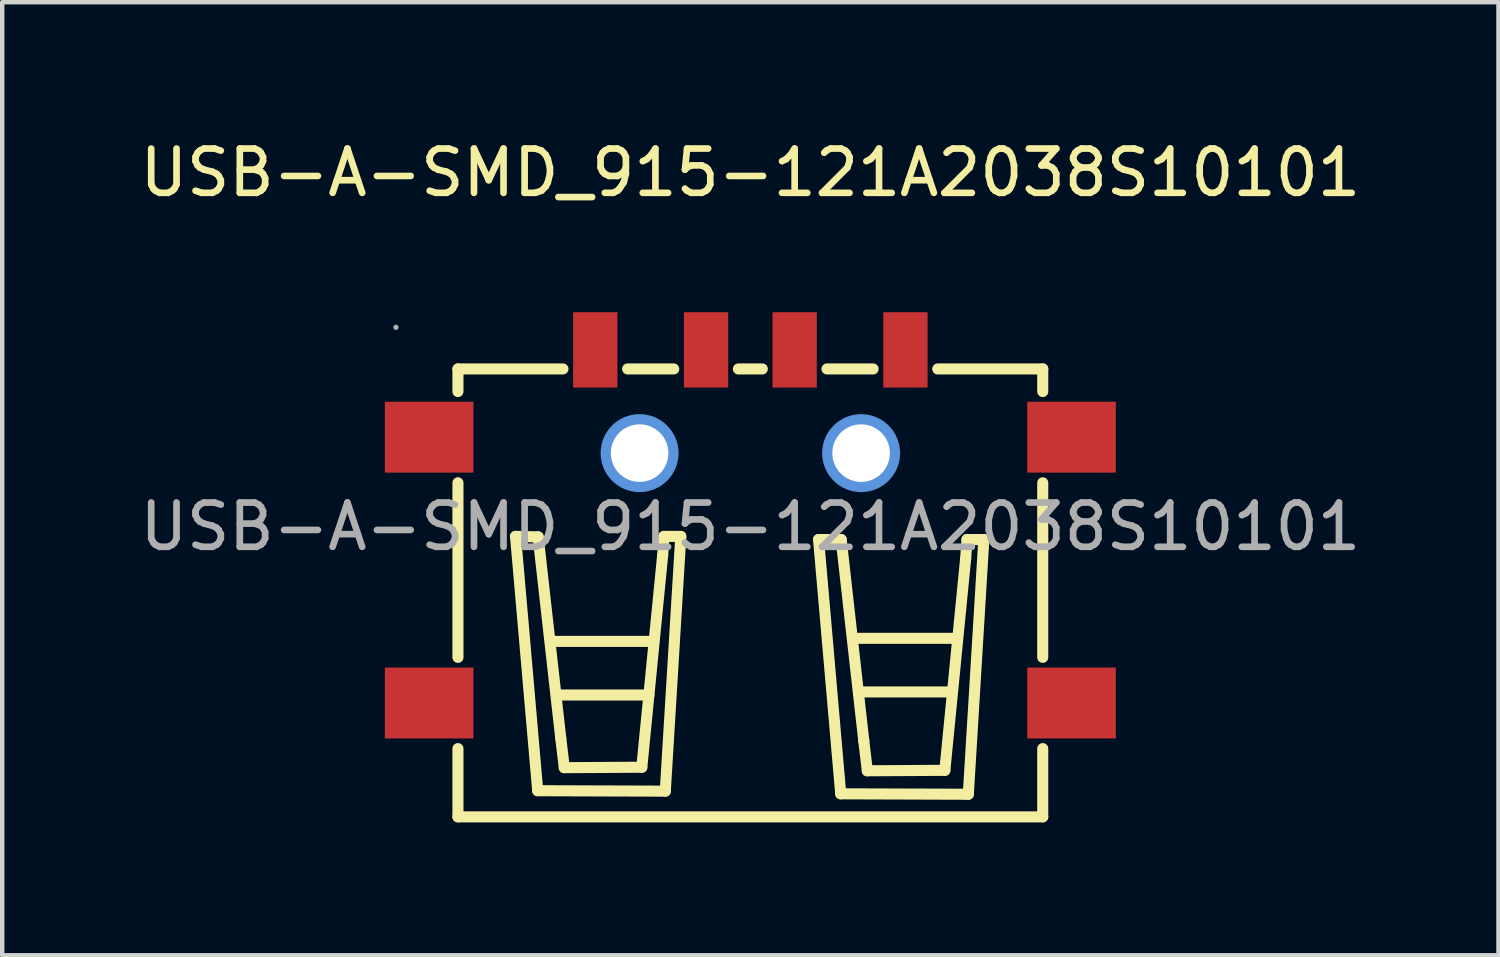
<source format=kicad_pcb>
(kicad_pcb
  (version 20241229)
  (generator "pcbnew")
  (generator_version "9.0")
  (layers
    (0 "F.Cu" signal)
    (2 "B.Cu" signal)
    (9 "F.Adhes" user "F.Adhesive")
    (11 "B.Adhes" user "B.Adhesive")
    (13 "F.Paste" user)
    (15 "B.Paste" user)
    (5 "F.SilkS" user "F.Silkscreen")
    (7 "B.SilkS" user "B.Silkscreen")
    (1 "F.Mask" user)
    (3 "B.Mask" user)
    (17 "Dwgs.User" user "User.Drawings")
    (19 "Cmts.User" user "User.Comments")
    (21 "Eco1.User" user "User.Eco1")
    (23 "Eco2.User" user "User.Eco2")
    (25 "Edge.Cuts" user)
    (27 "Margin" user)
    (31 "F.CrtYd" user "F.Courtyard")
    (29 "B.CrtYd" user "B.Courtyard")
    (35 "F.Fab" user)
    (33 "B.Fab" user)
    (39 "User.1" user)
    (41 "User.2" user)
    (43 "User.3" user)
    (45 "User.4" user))
  (footprint "USB-A-SMD_915-121A2038S10101"
    (layer "F.Cu")
    (at 13.887 8.838)
    (property "Reference" "USB-A-SMD_915-121A2038S10101" (at 0 -7.99 0) (layer "F.SilkS") (effects (font (size 1 1) (thickness 0.15))))
    (attr through_hole)
    (fp_line (start -6.6 -3.56) (end -6.6 -3.05) (stroke (width 0.25) (type solid)) (layer "F.SilkS"))
    (fp_line (start -6.6 -0.99) (end -6.6 2.95) (stroke (width 0.25) (type solid)) (layer "F.SilkS"))
    (fp_line (start -6.6 5.01) (end -6.6 6.55) (stroke (width 0.25) (type solid)) (layer "F.SilkS"))
    (fp_line (start -6.6 6.55) (end 6.6 6.55) (stroke (width 0.25) (type solid)) (layer "F.SilkS"))
    (fp_line (start -5.3 0.22) (end -4.79 0.23) (stroke (width 0.25) (type solid)) (layer "F.SilkS"))
    (fp_line (start -4.8 5.96) (end -5.3 0.22) (stroke (width 0.25) (type solid)) (layer "F.SilkS"))
    (fp_line (start -4.79 0.23) (end -4.28 4.77) (stroke (width 0.25) (type solid)) (layer "F.SilkS"))
    (fp_line (start -4.46 2.59) (end -2.2 2.59) (stroke (width 0.25) (type solid)) (layer "F.SilkS"))
    (fp_line (start -4.32 3.8) (end -2.29 3.8) (stroke (width 0.25) (type solid)) (layer "F.SilkS"))
    (fp_line (start -4.28 4.77) (end -4.2 5.44) (stroke (width 0.25) (type solid)) (layer "F.SilkS"))
    (fp_line (start -4.23 -3.56) (end -6.6 -3.56) (stroke (width 0.25) (type solid)) (layer "F.SilkS"))
    (fp_line (start -4.2 5.44) (end -2.45 5.43) (stroke (width 0.25) (type solid)) (layer "F.SilkS"))
    (fp_line (start -2.45 5.43) (end -1.98 0.65) (stroke (width 0.25) (type solid)) (layer "F.SilkS"))
    (fp_line (start -1.98 0.65) (end -1.95 0.22) (stroke (width 0.25) (type solid)) (layer "F.SilkS"))
    (fp_line (start -1.95 0.22) (end -1.57 0.22) (stroke (width 0.25) (type solid)) (layer "F.SilkS"))
    (fp_line (start -1.92 5.97) (end -4.8 5.96) (stroke (width 0.25) (type solid)) (layer "F.SilkS"))
    (fp_line (start -1.73 -3.56) (end -2.77 -3.56) (stroke (width 0.25) (type solid)) (layer "F.SilkS"))
    (fp_line (start -1.57 0.22) (end -1.92 5.97) (stroke (width 0.25) (type solid)) (layer "F.SilkS"))
    (fp_line (start 0.27 -3.56) (end -0.27 -3.56) (stroke (width 0.25) (type solid)) (layer "F.SilkS"))
    (fp_line (start 1.54 0.29) (end 2.05 0.29) (stroke (width 0.25) (type solid)) (layer "F.SilkS"))
    (fp_line (start 2.04 6.03) (end 1.54 0.29) (stroke (width 0.25) (type solid)) (layer "F.SilkS"))
    (fp_line (start 2.05 0.29) (end 2.56 4.83) (stroke (width 0.25) (type solid)) (layer "F.SilkS"))
    (fp_line (start 2.39 2.52) (end 4.65 2.52) (stroke (width 0.25) (type solid)) (layer "F.SilkS"))
    (fp_line (start 2.53 3.73) (end 4.56 3.73) (stroke (width 0.25) (type solid)) (layer "F.SilkS"))
    (fp_line (start 2.56 4.83) (end 2.64 5.51) (stroke (width 0.25) (type solid)) (layer "F.SilkS"))
    (fp_line (start 2.64 5.51) (end 4.39 5.5) (stroke (width 0.25) (type solid)) (layer "F.SilkS"))
    (fp_line (start 2.77 -3.56) (end 1.73 -3.56) (stroke (width 0.25) (type solid)) (layer "F.SilkS"))
    (fp_line (start 4.39 5.5) (end 4.86 0.72) (stroke (width 0.25) (type solid)) (layer "F.SilkS"))
    (fp_line (start 4.86 0.72) (end 4.89 0.29) (stroke (width 0.25) (type solid)) (layer "F.SilkS"))
    (fp_line (start 4.89 0.29) (end 5.27 0.29) (stroke (width 0.25) (type solid)) (layer "F.SilkS"))
    (fp_line (start 4.92 6.04) (end 2.04 6.03) (stroke (width 0.25) (type solid)) (layer "F.SilkS"))
    (fp_line (start 5.27 0.29) (end 4.92 6.04) (stroke (width 0.25) (type solid)) (layer "F.SilkS"))
    (fp_line (start 6.6 -3.56) (end 4.23 -3.56) (stroke (width 0.25) (type solid)) (layer "F.SilkS"))
    (fp_line (start 6.6 -3.56) (end 6.6 -3.05) (stroke (width 0.25) (type solid)) (layer "F.SilkS"))
    (fp_line (start 6.6 -0.99) (end 6.6 2.95) (stroke (width 0.25) (type solid)) (layer "F.SilkS"))
    (fp_line (start 6.6 5.01) (end 6.6 6.55) (stroke (width 0.25) (type solid)) (layer "F.SilkS"))
    (fp_circle (center -2.5 -1.66) (end -2.21 -1.66) (stroke (width 0.59) (type solid)) (fill no) (layer "Cmts.User"))
    (fp_circle (center 2.5 -1.66) (end 2.79 -1.66) (stroke (width 0.59) (type solid)) (fill no) (layer "Cmts.User"))
    (fp_circle (center -8 -4.5) (end -7.97 -4.5) (stroke (width 0.06) (type solid)) (fill no) (layer "F.Fab"))
    (fp_text user "${REFERENCE}" (at 0 0 0) (layer "F.Fab") (effects (font (size 1 1) (thickness 0.15))))
    (pad "" thru_hole circle (at -2.5 -1.66) (size 1.3 1.3) (drill 1.3) (layers "*.Cu" "*.Mask"))
    (pad "" thru_hole circle (at 2.5 -1.66) (size 1.3 1.3) (drill 1.3) (layers "*.Cu" "*.Mask"))
    (pad "1" smd rect (at -3.5 -3.99) (size 1 1.7) (layers "F.Cu" "F.Mask" "F.Paste"))
    (pad "2" smd rect (at -1 -3.99) (size 1 1.7) (layers "F.Cu" "F.Mask" "F.Paste"))
    (pad "3" smd rect (at 1 -3.99) (size 1 1.7) (layers "F.Cu" "F.Mask" "F.Paste"))
    (pad "4" smd rect (at 3.5 -3.99) (size 1 1.7) (layers "F.Cu" "F.Mask" "F.Paste"))
    (pad "5" smd rect (at 7.25 -2.02 90) (size 1.6 2) (layers "F.Cu" "F.Mask" "F.Paste"))
    (pad "6" smd rect (at 7.25 3.98 90) (size 1.6 2) (layers "F.Cu" "F.Mask" "F.Paste"))
    (pad "7" smd rect (at -7.25 3.98 90) (size 1.6 2) (layers "F.Cu" "F.Mask" "F.Paste"))
    (pad "8" smd rect (at -7.25 -2.02 90) (size 1.6 2) (layers "F.Cu" "F.Mask" "F.Paste")))
  (gr_rect
    (start -3 -3)
    (end 30.774 18.513)
    (stroke (width 0.1) (type default))
    (fill no)
    (layer "Edge.Cuts")))
</source>
